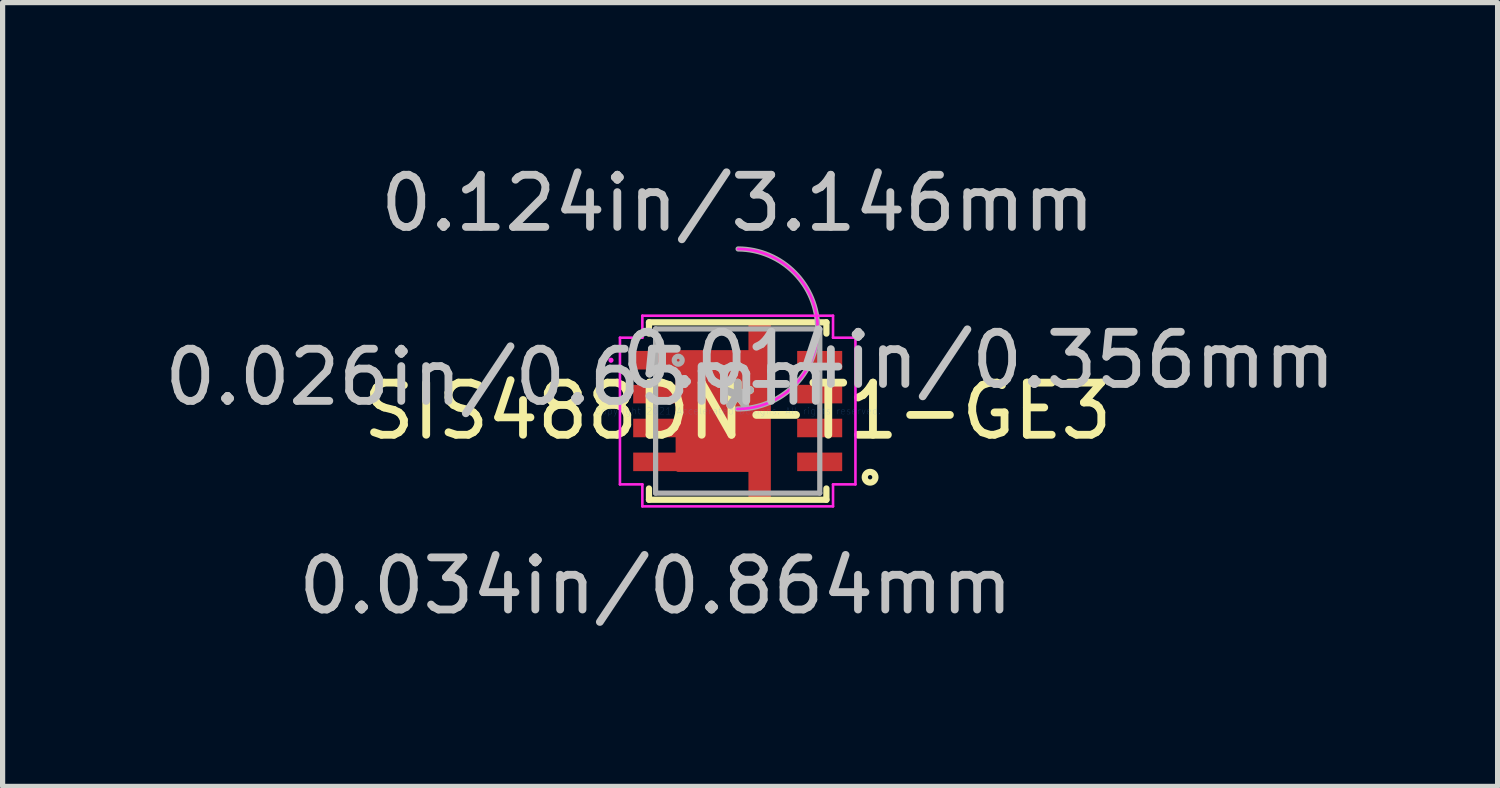
<source format=kicad_pcb>
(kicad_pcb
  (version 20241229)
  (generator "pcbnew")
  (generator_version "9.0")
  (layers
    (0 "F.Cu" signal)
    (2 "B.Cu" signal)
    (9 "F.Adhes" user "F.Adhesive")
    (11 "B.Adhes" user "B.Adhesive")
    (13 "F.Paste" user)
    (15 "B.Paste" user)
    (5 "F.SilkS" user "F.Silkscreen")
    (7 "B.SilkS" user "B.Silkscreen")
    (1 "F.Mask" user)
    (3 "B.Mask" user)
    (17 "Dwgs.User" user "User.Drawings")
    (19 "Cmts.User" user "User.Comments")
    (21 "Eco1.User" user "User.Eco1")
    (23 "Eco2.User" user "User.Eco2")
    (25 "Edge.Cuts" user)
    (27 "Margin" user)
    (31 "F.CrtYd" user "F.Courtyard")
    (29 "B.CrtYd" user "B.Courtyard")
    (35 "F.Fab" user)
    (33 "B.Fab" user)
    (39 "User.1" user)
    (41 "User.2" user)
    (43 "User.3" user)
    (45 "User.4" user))
  (footprint "SIS488DN-T1-GE3"
    (layer "F.Cu")
    (at 11.103 4.836)
    (property "Reference" "SIS488DN-T1-GE3" (at 0 0 0) (layer "F.SilkS") (effects (font (size 1 1) (thickness 0.15))))
    (attr through_hole)
    (fp_poly (pts (xy -1.141 -1.118) (xy 0.256 -1.118) (xy 0.256 -1.702) (xy 0.586 -1.702) (xy 0.586 1.702) (xy 0.256 1.702) (xy 0.256 1.118) (xy -1.141 1.118)) (stroke (width 0.1) (type solid)) (fill yes) (layer "F.Cu"))
    (fp_poly (pts (xy -1.141 -1.118) (xy 0.256 -1.118) (xy 0.256 -1.702) (xy 0.586 -1.702) (xy 0.586 1.702) (xy 0.256 1.702) (xy 0.256 1.118) (xy -1.141 1.118)) (stroke (width 0.1) (type solid)) (fill yes) (layer "F.Mask"))
    (fp_line (start -1.702 -1.702) (end -1.702 -1.486) (stroke (width 0.12) (type solid)) (layer "F.SilkS"))
    (fp_line (start -1.702 1.486) (end -1.702 1.702) (stroke (width 0.12) (type solid)) (layer "F.SilkS"))
    (fp_line (start -1.702 1.702) (end 1.702 1.702) (stroke (width 0.12) (type solid)) (layer "F.SilkS"))
    (fp_line (start 1.702 -1.702) (end -1.702 -1.702) (stroke (width 0.12) (type solid)) (layer "F.SilkS"))
    (fp_line (start 1.702 -1.486) (end 1.702 -1.702) (stroke (width 0.12) (type solid)) (layer "F.SilkS"))
    (fp_line (start 1.702 1.702) (end 1.702 1.486) (stroke (width 0.12) (type solid)) (layer "F.SilkS"))
    (fp_circle (center 2.54 1.27) (end 2.642 1.27) (stroke (width 0.12) (type solid)) (fill no) (layer "F.SilkS"))
    (fp_poly (pts (xy -1.141 -1.118) (xy 0.256 -1.118) (xy 0.256 -1.702) (xy 0.586 -1.702) (xy 0.586 1.702) (xy 0.256 1.702) (xy 0.256 1.118) (xy -1.141 1.118)) (stroke (width 0.1) (type solid)) (fill yes) (layer "F.Paste"))
    (fp_line (start -2.259 -1.407) (end -1.829 -1.407) (stroke (width 0.05) (type solid)) (layer "F.CrtYd"))
    (fp_line (start -2.259 1.407) (end -2.259 -1.407) (stroke (width 0.05) (type solid)) (layer "F.CrtYd"))
    (fp_line (start -1.829 -1.829) (end 1.829 -1.829) (stroke (width 0.05) (type solid)) (layer "F.CrtYd"))
    (fp_line (start -1.829 -1.407) (end -1.829 -1.829) (stroke (width 0.05) (type solid)) (layer "F.CrtYd"))
    (fp_line (start -1.829 1.407) (end -2.259 1.407) (stroke (width 0.05) (type solid)) (layer "F.CrtYd"))
    (fp_line (start -1.829 1.829) (end -1.829 1.407) (stroke (width 0.05) (type solid)) (layer "F.CrtYd"))
    (fp_line (start 1.829 -1.829) (end 1.829 -1.407) (stroke (width 0.05) (type solid)) (layer "F.CrtYd"))
    (fp_line (start 1.829 -1.407) (end 2.259 -1.407) (stroke (width 0.05) (type solid)) (layer "F.CrtYd"))
    (fp_line (start 1.829 1.407) (end 1.829 1.829) (stroke (width 0.05) (type solid)) (layer "F.CrtYd"))
    (fp_line (start 1.829 1.829) (end -1.829 1.829) (stroke (width 0.05) (type solid)) (layer "F.CrtYd"))
    (fp_line (start 2.259 -1.407) (end 2.259 1.407) (stroke (width 0.05) (type solid)) (layer "F.CrtYd"))
    (fp_line (start 2.259 1.407) (end 1.829 1.407) (stroke (width 0.05) (type solid)) (layer "F.CrtYd"))
    (fp_arc (start 0.006667 -3.1096) (mid 1.5348 -1.568133) (end -0.006667 -0.04) (stroke (width 0.05) (type solid)) (layer "F.CrtYd"))
    (fp_circle (center -2.431 -0.975) (end -2.431 -0.975) (stroke (width 0.05) (type solid)) (fill no) (layer "F.CrtYd"))
    (fp_line (start -1.575 -1.575) (end -1.575 1.575) (stroke (width 0.1) (type solid)) (layer "F.Fab"))
    (fp_line (start -1.575 1.575) (end 1.575 1.575) (stroke (width 0.1) (type solid)) (layer "F.Fab"))
    (fp_line (start 1.575 -1.575) (end -1.575 -1.575) (stroke (width 0.1) (type solid)) (layer "F.Fab"))
    (fp_line (start 1.575 1.575) (end 1.575 -1.575) (stroke (width 0.1) (type solid)) (layer "F.Fab"))
    (fp_arc (start 0.007742 -3.1096) (mid 1.5348 -1.567058) (end -0.007742 -0.04) (stroke (width 0.1) (type solid)) (layer "F.Fab"))
    (fp_circle (center -1.141 -0.975) (end -1.065 -0.975) (stroke (width 0.1) (type solid)) (fill no) (layer "F.Fab"))
    (fp_text user "*" (at 0 0 0) (layer "F.SilkS") (effects (font (size 1 1) (thickness 0.15))))
    (fp_text user "0.014in/0.356mm" (at 4.621 -0.975 0) (layer "Dwgs.User") (effects (font (size 1 1) (thickness 0.15))))
    (fp_text user "0.026in/0.65mm" (at -4.621 -0.65 0) (layer "Dwgs.User") (effects (font (size 1 1) (thickness 0.15))))
    (fp_text user "0.124in/3.146mm" (at 0 -3.988 0) (layer "Dwgs.User") (effects (font (size 1 1) (thickness 0.15))))
    (fp_text user "0.034in/0.864mm" (at -1.573 3.353 0) (layer "Dwgs.User") (effects (font (size 1 1) (thickness 0.15))))
    (fp_text user "Copyright 2021 Accelerated Designs. All rights reserved." (at 0 0 0) (layer "Cmts.User") (effects (font (size 0.127 0.127) (thickness 0.002))))
    (fp_text user "*" (at 0 0 0) (layer "F.Fab") (effects (font (size 1 1) (thickness 0.15))))
    (pad "1" smd rect (at 1.573 0.975) (size 0.864 0.356) (layers "F.Cu" "F.Mask" "F.Paste"))
    (pad "2" smd rect (at 1.573 0.325) (size 0.864 0.356) (layers "F.Cu" "F.Mask" "F.Paste"))
    (pad "3" smd rect (at 1.573 -0.325) (size 0.864 0.356) (layers "F.Cu" "F.Mask" "F.Paste"))
    (pad "4" smd rect (at 1.573 -0.975) (size 0.864 0.356) (layers "F.Cu" "F.Mask" "F.Paste"))
    (pad "5" smd rect (at -1.573 -0.975) (size 0.864 0.356) (layers "F.Cu" "F.Mask" "F.Paste"))
    (pad "6" smd rect (at -1.573 -0.325) (size 0.864 0.356) (layers "F.Cu" "F.Mask" "F.Paste"))
    (pad "7" smd rect (at -1.573 0.325) (size 0.864 0.356) (layers "F.Cu" "F.Mask" "F.Paste"))
    (pad "8" smd rect (at -1.573 0.975) (size 0.864 0.356) (layers "F.Cu" "F.Mask" "F.Paste")))
  (gr_rect
    (start -3 -3)
    (end 25.682 12.037)
    (stroke (width 0.1) (type default))
    (fill no)
    (layer "Edge.Cuts")))
</source>
